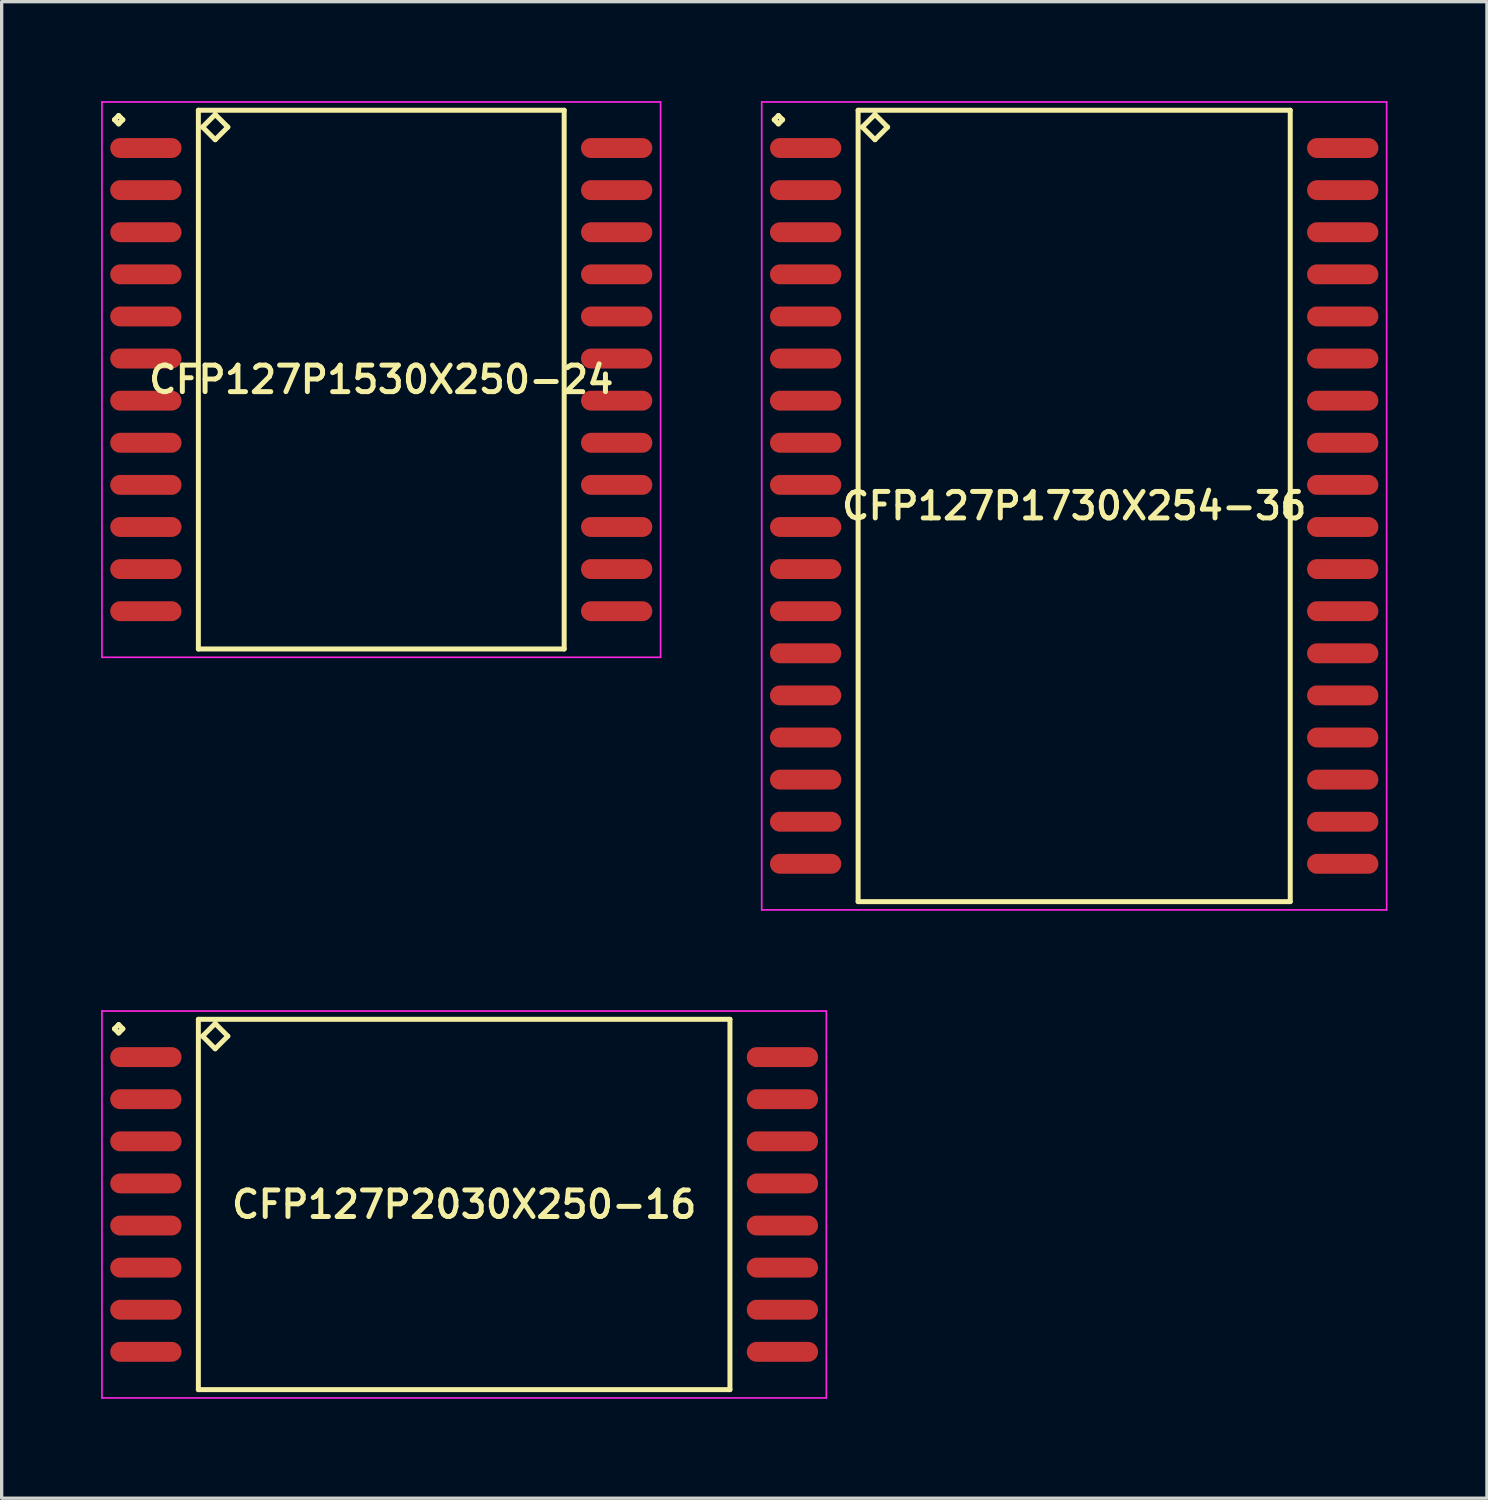
<source format=kicad_pcb>
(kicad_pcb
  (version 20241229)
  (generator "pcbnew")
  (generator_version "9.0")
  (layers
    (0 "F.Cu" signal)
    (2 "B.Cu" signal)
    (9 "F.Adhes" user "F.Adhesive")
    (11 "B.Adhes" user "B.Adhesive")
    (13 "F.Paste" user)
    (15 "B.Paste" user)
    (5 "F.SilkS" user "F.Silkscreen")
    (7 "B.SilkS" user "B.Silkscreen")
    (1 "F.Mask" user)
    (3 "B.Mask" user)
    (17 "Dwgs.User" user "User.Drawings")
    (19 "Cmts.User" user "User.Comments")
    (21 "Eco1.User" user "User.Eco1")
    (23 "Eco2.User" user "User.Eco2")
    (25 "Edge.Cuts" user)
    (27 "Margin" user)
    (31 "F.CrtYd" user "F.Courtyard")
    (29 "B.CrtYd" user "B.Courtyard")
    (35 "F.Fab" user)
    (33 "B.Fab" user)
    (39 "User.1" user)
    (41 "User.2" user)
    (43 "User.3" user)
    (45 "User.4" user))
  (footprint "CFP127P1530X250-24"
    (layer "F.Cu")
    (at 8.45 8.4)
    (property "Reference" "CFP127P1530X250-24" (at 0 0 0) (layer "F.SilkS") (effects (font (size 0.8 0.8) (thickness 0.15))))
    (attr smd)
    (fp_line (start -8.048 -7.839) (end -7.921 -7.966) (stroke (width 0.15) (type solid)) (layer "F.SilkS"))
    (fp_line (start -7.921 -7.966) (end -7.794 -7.839) (stroke (width 0.15) (type solid)) (layer "F.SilkS"))
    (fp_line (start -7.921 -7.712) (end -8.048 -7.839) (stroke (width 0.15) (type solid)) (layer "F.SilkS"))
    (fp_line (start -7.794 -7.839) (end -7.921 -7.712) (stroke (width 0.15) (type solid)) (layer "F.SilkS"))
    (fp_line (start -5.517 -8.125) (end -5.517 8.125) (stroke (width 0.15) (type solid)) (layer "F.SilkS"))
    (fp_line (start -5.517 8.125) (end 5.517 8.125) (stroke (width 0.15) (type solid)) (layer "F.SilkS"))
    (fp_line (start -5.39 -7.617) (end -5.009 -7.998) (stroke (width 0.15) (type solid)) (layer "F.SilkS"))
    (fp_line (start -5.009 -7.998) (end -4.628 -7.617) (stroke (width 0.15) (type solid)) (layer "F.SilkS"))
    (fp_line (start -5.009 -7.236) (end -5.39 -7.617) (stroke (width 0.15) (type solid)) (layer "F.SilkS"))
    (fp_line (start -4.628 -7.617) (end -5.009 -7.236) (stroke (width 0.15) (type solid)) (layer "F.SilkS"))
    (fp_line (start 5.517 -8.125) (end -5.517 -8.125) (stroke (width 0.15) (type solid)) (layer "F.SilkS"))
    (fp_line (start 5.517 8.125) (end 5.517 -8.125) (stroke (width 0.15) (type solid)) (layer "F.SilkS"))
    (fp_line (start -8.425 -8.375) (end 8.425 -8.375) (stroke (width 0.05) (type solid)) (layer "F.CrtYd"))
    (fp_line (start -8.425 8.375) (end -8.425 -8.375) (stroke (width 0.05) (type solid)) (layer "F.CrtYd"))
    (fp_line (start 8.425 -8.375) (end 8.425 8.375) (stroke (width 0.05) (type solid)) (layer "F.CrtYd"))
    (fp_line (start 8.425 8.375) (end -8.425 8.375) (stroke (width 0.05) (type solid)) (layer "F.CrtYd"))
    (pad "1" smd oval (at -7.1 -6.985) (size 2.15 0.6) (layers "F.Cu" "F.Mask" "F.Paste"))
    (pad "2" smd oval (at -7.1 -5.715) (size 2.15 0.6) (layers "F.Cu" "F.Mask" "F.Paste"))
    (pad "3" smd oval (at -7.1 -4.445) (size 2.15 0.6) (layers "F.Cu" "F.Mask" "F.Paste"))
    (pad "4" smd oval (at -7.1 -3.175) (size 2.15 0.6) (layers "F.Cu" "F.Mask" "F.Paste"))
    (pad "5" smd oval (at -7.1 -1.905) (size 2.15 0.6) (layers "F.Cu" "F.Mask" "F.Paste"))
    (pad "6" smd oval (at -7.1 -0.635) (size 2.15 0.6) (layers "F.Cu" "F.Mask" "F.Paste"))
    (pad "7" smd oval (at -7.1 0.635) (size 2.15 0.6) (layers "F.Cu" "F.Mask" "F.Paste"))
    (pad "8" smd oval (at -7.1 1.905) (size 2.15 0.6) (layers "F.Cu" "F.Mask" "F.Paste"))
    (pad "9" smd oval (at -7.1 3.175) (size 2.15 0.6) (layers "F.Cu" "F.Mask" "F.Paste"))
    (pad "10" smd oval (at -7.1 4.445) (size 2.15 0.6) (layers "F.Cu" "F.Mask" "F.Paste"))
    (pad "11" smd oval (at -7.1 5.715) (size 2.15 0.6) (layers "F.Cu" "F.Mask" "F.Paste"))
    (pad "12" smd oval (at -7.1 6.985) (size 2.15 0.6) (layers "F.Cu" "F.Mask" "F.Paste"))
    (pad "13" smd oval (at 7.1 6.985) (size 2.15 0.6) (layers "F.Cu" "F.Mask" "F.Paste"))
    (pad "14" smd oval (at 7.1 5.715) (size 2.15 0.6) (layers "F.Cu" "F.Mask" "F.Paste"))
    (pad "15" smd oval (at 7.1 4.445) (size 2.15 0.6) (layers "F.Cu" "F.Mask" "F.Paste"))
    (pad "16" smd oval (at 7.1 3.175) (size 2.15 0.6) (layers "F.Cu" "F.Mask" "F.Paste"))
    (pad "17" smd oval (at 7.1 1.905) (size 2.15 0.6) (layers "F.Cu" "F.Mask" "F.Paste"))
    (pad "18" smd oval (at 7.1 0.635) (size 2.15 0.6) (layers "F.Cu" "F.Mask" "F.Paste"))
    (pad "19" smd oval (at 7.1 -0.635) (size 2.15 0.6) (layers "F.Cu" "F.Mask" "F.Paste"))
    (pad "20" smd oval (at 7.1 -1.905) (size 2.15 0.6) (layers "F.Cu" "F.Mask" "F.Paste"))
    (pad "21" smd oval (at 7.1 -3.175) (size 2.15 0.6) (layers "F.Cu" "F.Mask" "F.Paste"))
    (pad "22" smd oval (at 7.1 -4.445) (size 2.15 0.6) (layers "F.Cu" "F.Mask" "F.Paste"))
    (pad "23" smd oval (at 7.1 -5.715) (size 2.15 0.6) (layers "F.Cu" "F.Mask" "F.Paste"))
    (pad "24" smd oval (at 7.1 -6.985) (size 2.15 0.6) (layers "F.Cu" "F.Mask" "F.Paste")))
  (footprint "CFP127P1730X254-36"
    (layer "F.Cu")
    (at 29.35 12.21)
    (property "Reference" "CFP127P1730X254-36" (at 0 0 0) (layer "F.SilkS") (effects (font (size 0.8 0.8) (thickness 0.15))))
    (attr smd)
    (fp_line (start -9.048 -11.649) (end -8.921 -11.776) (stroke (width 0.15) (type solid)) (layer "F.SilkS"))
    (fp_line (start -8.921 -11.776) (end -8.794 -11.649) (stroke (width 0.15) (type solid)) (layer "F.SilkS"))
    (fp_line (start -8.921 -11.522) (end -9.048 -11.649) (stroke (width 0.15) (type solid)) (layer "F.SilkS"))
    (fp_line (start -8.794 -11.649) (end -8.921 -11.522) (stroke (width 0.15) (type solid)) (layer "F.SilkS"))
    (fp_line (start -6.517 -11.935) (end -6.517 11.935) (stroke (width 0.15) (type solid)) (layer "F.SilkS"))
    (fp_line (start -6.517 11.935) (end 6.517 11.935) (stroke (width 0.15) (type solid)) (layer "F.SilkS"))
    (fp_line (start -6.39 -11.427) (end -6.009 -11.808) (stroke (width 0.15) (type solid)) (layer "F.SilkS"))
    (fp_line (start -6.009 -11.808) (end -5.628 -11.427) (stroke (width 0.15) (type solid)) (layer "F.SilkS"))
    (fp_line (start -6.009 -11.046) (end -6.39 -11.427) (stroke (width 0.15) (type solid)) (layer "F.SilkS"))
    (fp_line (start -5.628 -11.427) (end -6.009 -11.046) (stroke (width 0.15) (type solid)) (layer "F.SilkS"))
    (fp_line (start 6.517 -11.935) (end -6.517 -11.935) (stroke (width 0.15) (type solid)) (layer "F.SilkS"))
    (fp_line (start 6.517 11.935) (end 6.517 -11.935) (stroke (width 0.15) (type solid)) (layer "F.SilkS"))
    (fp_line (start -9.425 -12.185) (end 9.425 -12.185) (stroke (width 0.05) (type solid)) (layer "F.CrtYd"))
    (fp_line (start -9.425 12.185) (end -9.425 -12.185) (stroke (width 0.05) (type solid)) (layer "F.CrtYd"))
    (fp_line (start 9.425 -12.185) (end 9.425 12.185) (stroke (width 0.05) (type solid)) (layer "F.CrtYd"))
    (fp_line (start 9.425 12.185) (end -9.425 12.185) (stroke (width 0.05) (type solid)) (layer "F.CrtYd"))
    (pad "1" smd oval (at -8.1 -10.795) (size 2.15 0.6) (layers "F.Cu" "F.Mask" "F.Paste"))
    (pad "2" smd oval (at -8.1 -9.525) (size 2.15 0.6) (layers "F.Cu" "F.Mask" "F.Paste"))
    (pad "3" smd oval (at -8.1 -8.255) (size 2.15 0.6) (layers "F.Cu" "F.Mask" "F.Paste"))
    (pad "4" smd oval (at -8.1 -6.985) (size 2.15 0.6) (layers "F.Cu" "F.Mask" "F.Paste"))
    (pad "5" smd oval (at -8.1 -5.715) (size 2.15 0.6) (layers "F.Cu" "F.Mask" "F.Paste"))
    (pad "6" smd oval (at -8.1 -4.445) (size 2.15 0.6) (layers "F.Cu" "F.Mask" "F.Paste"))
    (pad "7" smd oval (at -8.1 -3.175) (size 2.15 0.6) (layers "F.Cu" "F.Mask" "F.Paste"))
    (pad "8" smd oval (at -8.1 -1.905) (size 2.15 0.6) (layers "F.Cu" "F.Mask" "F.Paste"))
    (pad "9" smd oval (at -8.1 -0.635) (size 2.15 0.6) (layers "F.Cu" "F.Mask" "F.Paste"))
    (pad "10" smd oval (at -8.1 0.635) (size 2.15 0.6) (layers "F.Cu" "F.Mask" "F.Paste"))
    (pad "11" smd oval (at -8.1 1.905) (size 2.15 0.6) (layers "F.Cu" "F.Mask" "F.Paste"))
    (pad "12" smd oval (at -8.1 3.175) (size 2.15 0.6) (layers "F.Cu" "F.Mask" "F.Paste"))
    (pad "13" smd oval (at -8.1 4.445) (size 2.15 0.6) (layers "F.Cu" "F.Mask" "F.Paste"))
    (pad "14" smd oval (at -8.1 5.715) (size 2.15 0.6) (layers "F.Cu" "F.Mask" "F.Paste"))
    (pad "15" smd oval (at -8.1 6.985) (size 2.15 0.6) (layers "F.Cu" "F.Mask" "F.Paste"))
    (pad "16" smd oval (at -8.1 8.255) (size 2.15 0.6) (layers "F.Cu" "F.Mask" "F.Paste"))
    (pad "17" smd oval (at -8.1 9.525) (size 2.15 0.6) (layers "F.Cu" "F.Mask" "F.Paste"))
    (pad "18" smd oval (at -8.1 10.795) (size 2.15 0.6) (layers "F.Cu" "F.Mask" "F.Paste"))
    (pad "19" smd oval (at 8.1 10.795) (size 2.15 0.6) (layers "F.Cu" "F.Mask" "F.Paste"))
    (pad "20" smd oval (at 8.1 9.525) (size 2.15 0.6) (layers "F.Cu" "F.Mask" "F.Paste"))
    (pad "21" smd oval (at 8.1 8.255) (size 2.15 0.6) (layers "F.Cu" "F.Mask" "F.Paste"))
    (pad "22" smd oval (at 8.1 6.985) (size 2.15 0.6) (layers "F.Cu" "F.Mask" "F.Paste"))
    (pad "23" smd oval (at 8.1 5.715) (size 2.15 0.6) (layers "F.Cu" "F.Mask" "F.Paste"))
    (pad "24" smd oval (at 8.1 4.445) (size 2.15 0.6) (layers "F.Cu" "F.Mask" "F.Paste"))
    (pad "25" smd oval (at 8.1 3.175) (size 2.15 0.6) (layers "F.Cu" "F.Mask" "F.Paste"))
    (pad "26" smd oval (at 8.1 1.905) (size 2.15 0.6) (layers "F.Cu" "F.Mask" "F.Paste"))
    (pad "27" smd oval (at 8.1 0.635) (size 2.15 0.6) (layers "F.Cu" "F.Mask" "F.Paste"))
    (pad "28" smd oval (at 8.1 -0.635) (size 2.15 0.6) (layers "F.Cu" "F.Mask" "F.Paste"))
    (pad "29" smd oval (at 8.1 -1.905) (size 2.15 0.6) (layers "F.Cu" "F.Mask" "F.Paste"))
    (pad "30" smd oval (at 8.1 -3.175) (size 2.15 0.6) (layers "F.Cu" "F.Mask" "F.Paste"))
    (pad "31" smd oval (at 8.1 -4.445) (size 2.15 0.6) (layers "F.Cu" "F.Mask" "F.Paste"))
    (pad "32" smd oval (at 8.1 -5.715) (size 2.15 0.6) (layers "F.Cu" "F.Mask" "F.Paste"))
    (pad "33" smd oval (at 8.1 -6.985) (size 2.15 0.6) (layers "F.Cu" "F.Mask" "F.Paste"))
    (pad "34" smd oval (at 8.1 -8.255) (size 2.15 0.6) (layers "F.Cu" "F.Mask" "F.Paste"))
    (pad "35" smd oval (at 8.1 -9.525) (size 2.15 0.6) (layers "F.Cu" "F.Mask" "F.Paste"))
    (pad "36" smd oval (at 8.1 -10.795) (size 2.15 0.6) (layers "F.Cu" "F.Mask" "F.Paste")))
  (footprint "CFP127P2030X250-16"
    (layer "F.Cu")
    (at 10.95 33.28)
    (property "Reference" "CFP127P2030X250-16" (at 0 0 0) (layer "F.SilkS") (effects (font (size 0.8 0.8) (thickness 0.15))))
    (attr smd)
    (fp_line (start -10.548 -5.299) (end -10.421 -5.426) (stroke (width 0.15) (type solid)) (layer "F.SilkS"))
    (fp_line (start -10.421 -5.426) (end -10.294 -5.299) (stroke (width 0.15) (type solid)) (layer "F.SilkS"))
    (fp_line (start -10.421 -5.172) (end -10.548 -5.299) (stroke (width 0.15) (type solid)) (layer "F.SilkS"))
    (fp_line (start -10.294 -5.299) (end -10.421 -5.172) (stroke (width 0.15) (type solid)) (layer "F.SilkS"))
    (fp_line (start -8.017 -5.585) (end -8.017 5.585) (stroke (width 0.15) (type solid)) (layer "F.SilkS"))
    (fp_line (start -8.017 5.585) (end 8.017 5.585) (stroke (width 0.15) (type solid)) (layer "F.SilkS"))
    (fp_line (start -7.89 -5.077) (end -7.509 -5.458) (stroke (width 0.15) (type solid)) (layer "F.SilkS"))
    (fp_line (start -7.509 -5.458) (end -7.128 -5.077) (stroke (width 0.15) (type solid)) (layer "F.SilkS"))
    (fp_line (start -7.509 -4.696) (end -7.89 -5.077) (stroke (width 0.15) (type solid)) (layer "F.SilkS"))
    (fp_line (start -7.128 -5.077) (end -7.509 -4.696) (stroke (width 0.15) (type solid)) (layer "F.SilkS"))
    (fp_line (start 8.017 -5.585) (end -8.017 -5.585) (stroke (width 0.15) (type solid)) (layer "F.SilkS"))
    (fp_line (start 8.017 5.585) (end 8.017 -5.585) (stroke (width 0.15) (type solid)) (layer "F.SilkS"))
    (fp_line (start -10.925 -5.835) (end 10.925 -5.835) (stroke (width 0.05) (type solid)) (layer "F.CrtYd"))
    (fp_line (start -10.925 5.835) (end -10.925 -5.835) (stroke (width 0.05) (type solid)) (layer "F.CrtYd"))
    (fp_line (start 10.925 -5.835) (end 10.925 5.835) (stroke (width 0.05) (type solid)) (layer "F.CrtYd"))
    (fp_line (start 10.925 5.835) (end -10.925 5.835) (stroke (width 0.05) (type solid)) (layer "F.CrtYd"))
    (pad "1" smd oval (at -9.6 -4.445) (size 2.15 0.6) (layers "F.Cu" "F.Mask" "F.Paste"))
    (pad "2" smd oval (at -9.6 -3.175) (size 2.15 0.6) (layers "F.Cu" "F.Mask" "F.Paste"))
    (pad "3" smd oval (at -9.6 -1.905) (size 2.15 0.6) (layers "F.Cu" "F.Mask" "F.Paste"))
    (pad "4" smd oval (at -9.6 -0.635) (size 2.15 0.6) (layers "F.Cu" "F.Mask" "F.Paste"))
    (pad "5" smd oval (at -9.6 0.635) (size 2.15 0.6) (layers "F.Cu" "F.Mask" "F.Paste"))
    (pad "6" smd oval (at -9.6 1.905) (size 2.15 0.6) (layers "F.Cu" "F.Mask" "F.Paste"))
    (pad "7" smd oval (at -9.6 3.175) (size 2.15 0.6) (layers "F.Cu" "F.Mask" "F.Paste"))
    (pad "8" smd oval (at -9.6 4.445) (size 2.15 0.6) (layers "F.Cu" "F.Mask" "F.Paste"))
    (pad "9" smd oval (at 9.6 4.445) (size 2.15 0.6) (layers "F.Cu" "F.Mask" "F.Paste"))
    (pad "10" smd oval (at 9.6 3.175) (size 2.15 0.6) (layers "F.Cu" "F.Mask" "F.Paste"))
    (pad "11" smd oval (at 9.6 1.905) (size 2.15 0.6) (layers "F.Cu" "F.Mask" "F.Paste"))
    (pad "12" smd oval (at 9.6 0.635) (size 2.15 0.6) (layers "F.Cu" "F.Mask" "F.Paste"))
    (pad "13" smd oval (at 9.6 -0.635) (size 2.15 0.6) (layers "F.Cu" "F.Mask" "F.Paste"))
    (pad "14" smd oval (at 9.6 -1.905) (size 2.15 0.6) (layers "F.Cu" "F.Mask" "F.Paste"))
    (pad "15" smd oval (at 9.6 -3.175) (size 2.15 0.6) (layers "F.Cu" "F.Mask" "F.Paste"))
    (pad "16" smd oval (at 9.6 -4.445) (size 2.15 0.6) (layers "F.Cu" "F.Mask" "F.Paste")))
  (gr_rect
    (start -3 -3)
    (end 41.8 42.14)
    (stroke (width 0.1) (type default))
    (fill no)
    (layer "Edge.Cuts")))
</source>
